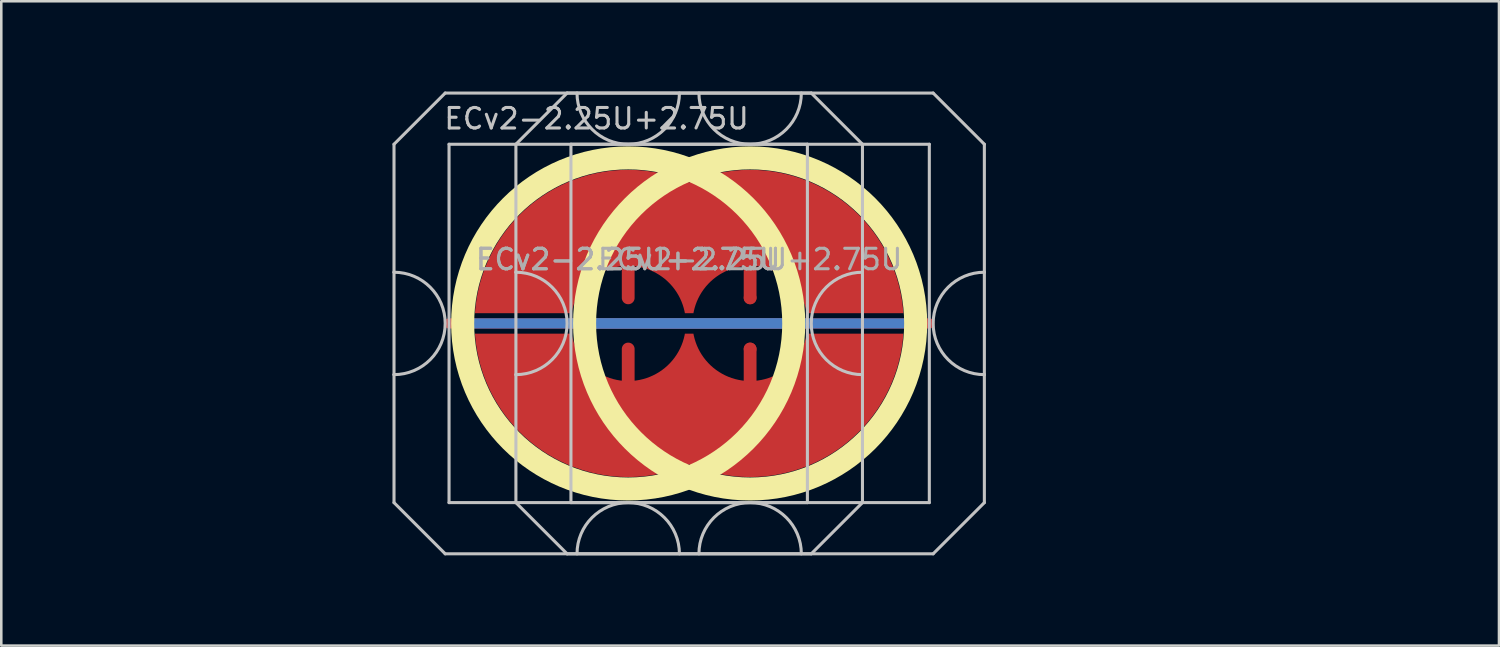
<source format=kicad_pcb>
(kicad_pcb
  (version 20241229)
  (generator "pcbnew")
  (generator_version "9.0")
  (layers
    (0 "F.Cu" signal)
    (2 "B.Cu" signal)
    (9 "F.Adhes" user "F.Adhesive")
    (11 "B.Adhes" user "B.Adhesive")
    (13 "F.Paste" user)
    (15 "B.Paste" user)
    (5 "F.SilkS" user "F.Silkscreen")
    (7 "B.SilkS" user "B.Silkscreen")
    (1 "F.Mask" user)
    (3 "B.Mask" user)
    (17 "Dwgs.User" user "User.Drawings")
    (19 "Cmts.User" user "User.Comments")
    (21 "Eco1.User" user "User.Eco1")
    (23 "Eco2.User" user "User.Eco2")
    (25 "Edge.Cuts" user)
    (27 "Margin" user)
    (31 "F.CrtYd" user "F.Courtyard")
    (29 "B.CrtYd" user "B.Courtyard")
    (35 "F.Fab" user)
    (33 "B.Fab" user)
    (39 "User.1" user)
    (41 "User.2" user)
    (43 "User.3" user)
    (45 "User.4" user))
  (footprint "ECv2-2.25U+2.75U"
    (layer "F.Cu")
    (at 26.254 9.585)
    (property "Reference" "ECv2-2.25U+2.75U" (at -6 -8 0) (layer "Dwgs.User") (effects (font (size 0.8 0.8) (thickness 0.12))))
    (attr smd exclude_from_pos_files exclude_from_bom)
    (fp_circle (center -4.763 0) (end 1.704 0) (stroke (width 0.9) (type solid)) (fill no) (layer "F.SilkS"))
    (fp_circle (center 0 0) (end 6.467 0) (stroke (width 0.9) (type solid)) (fill no) (layer "F.SilkS"))
    (fp_line (start -13.912 -7) (end -13.912 -2) (stroke (width 0.12) (type solid)) (layer "Dwgs.User"))
    (fp_line (start -13.912 -2) (end -13.912 2) (stroke (width 0.12) (type solid)) (layer "Dwgs.User"))
    (fp_line (start -13.912 2) (end -13.912 7) (stroke (width 0.12) (type solid)) (layer "Dwgs.User"))
    (fp_line (start -13.912 7) (end -11.912 9) (stroke (width 0.12) (type solid)) (layer "Dwgs.User"))
    (fp_line (start -11.912 -9) (end -13.912 -7) (stroke (width 0.12) (type solid)) (layer "Dwgs.User"))
    (fp_line (start -11.912 9) (end 2.388 9) (stroke (width 0.12) (type solid)) (layer "Dwgs.User"))
    (fp_line (start -11.762 -7) (end -11.762 7) (stroke (width 0.12) (type solid)) (layer "Dwgs.User"))
    (fp_line (start -11.762 7) (end 2.237 7) (stroke (width 0.12) (type solid)) (layer "Dwgs.User"))
    (fp_line (start -9.15 -7) (end -9.15 -2) (stroke (width 0.12) (type solid)) (layer "Dwgs.User"))
    (fp_line (start -9.15 -2) (end -9.15 2) (stroke (width 0.12) (type solid)) (layer "Dwgs.User"))
    (fp_line (start -9.15 2) (end -9.15 7) (stroke (width 0.12) (type solid)) (layer "Dwgs.User"))
    (fp_line (start -9.15 7) (end -7.15 9) (stroke (width 0.12) (type solid)) (layer "Dwgs.User"))
    (fp_line (start -7.15 -9) (end -9.15 -7) (stroke (width 0.12) (type solid)) (layer "Dwgs.User"))
    (fp_line (start -7.15 9) (end 7.15 9) (stroke (width 0.12) (type solid)) (layer "Dwgs.User"))
    (fp_line (start -7 -7) (end -7 7) (stroke (width 0.12) (type solid)) (layer "Dwgs.User"))
    (fp_line (start -7 7) (end 7 7) (stroke (width 0.12) (type solid)) (layer "Dwgs.User"))
    (fp_line (start 2.237 -7) (end -11.762 -7) (stroke (width 0.12) (type solid)) (layer "Dwgs.User"))
    (fp_line (start 2.237 7) (end 2.237 -7) (stroke (width 0.12) (type solid)) (layer "Dwgs.User"))
    (fp_line (start 2.388 -9) (end -11.912 -9) (stroke (width 0.12) (type solid)) (layer "Dwgs.User"))
    (fp_line (start 2.388 -9) (end 4.388 -7) (stroke (width 0.12) (type solid)) (layer "Dwgs.User"))
    (fp_line (start 2.388 9) (end 4.388 7) (stroke (width 0.12) (type solid)) (layer "Dwgs.User"))
    (fp_line (start 4.388 -2) (end 4.388 -7) (stroke (width 0.12) (type solid)) (layer "Dwgs.User"))
    (fp_line (start 4.388 -2) (end 4.388 2) (stroke (width 0.12) (type solid)) (layer "Dwgs.User"))
    (fp_line (start 4.388 7) (end 4.388 2) (stroke (width 0.12) (type solid)) (layer "Dwgs.User"))
    (fp_line (start 7 -7) (end -7 -7) (stroke (width 0.12) (type solid)) (layer "Dwgs.User"))
    (fp_line (start 7 7) (end 7 -7) (stroke (width 0.12) (type solid)) (layer "Dwgs.User"))
    (fp_line (start 7.15 -9) (end -7.15 -9) (stroke (width 0.12) (type solid)) (layer "Dwgs.User"))
    (fp_line (start 7.15 -9) (end 9.15 -7) (stroke (width 0.12) (type solid)) (layer "Dwgs.User"))
    (fp_line (start 7.15 9) (end 9.15 7) (stroke (width 0.12) (type solid)) (layer "Dwgs.User"))
    (fp_line (start 9.15 -2) (end 9.15 -7) (stroke (width 0.12) (type solid)) (layer "Dwgs.User"))
    (fp_line (start 9.15 -2) (end 9.15 2) (stroke (width 0.12) (type solid)) (layer "Dwgs.User"))
    (fp_line (start 9.15 7) (end 9.15 2) (stroke (width 0.12) (type solid)) (layer "Dwgs.User"))
    (fp_arc (start -13.9125 -2) (mid -11.9125 0) (end -13.9125 2) (stroke (width 0.12) (type solid)) (layer "Dwgs.User"))
    (fp_arc (start -9.15 -2) (mid -7.15 0) (end -9.15 2) (stroke (width 0.12) (type solid)) (layer "Dwgs.User"))
    (fp_arc (start -6.7625 9) (mid -4.7625 7) (end -2.7625 9) (stroke (width 0.12) (type solid)) (layer "Dwgs.User"))
    (fp_arc (start -2.7625 -9) (mid -4.7625 -7) (end -6.7625 -9) (stroke (width 0.12) (type solid)) (layer "Dwgs.User"))
    (fp_arc (start -2 9) (mid 0 7) (end 2 9) (stroke (width 0.12) (type solid)) (layer "Dwgs.User"))
    (fp_arc (start 2 -9) (mid 0 -7) (end -2 -9) (stroke (width 0.12) (type solid)) (layer "Dwgs.User"))
    (fp_arc (start 4.3875 2) (mid 2.3875 0) (end 4.3875 -2) (stroke (width 0.12) (type solid)) (layer "Dwgs.User"))
    (fp_arc (start 9.15 2) (mid 7.15 0) (end 9.15 -2) (stroke (width 0.12) (type solid)) (layer "Dwgs.User"))
    (fp_line (start -26.194 -9.525) (end -26.194 9.525) (stroke (width 0.12) (type solid)) (layer "User.2"))
    (fp_line (start -26.194 -9.525) (end -26.194 9.525) (stroke (width 0.12) (type solid)) (layer "User.2"))
    (fp_line (start -26.194 -9.525) (end 16.669 -9.525) (stroke (width 0.12) (type solid)) (layer "User.2"))
    (fp_line (start -26.194 -9.525) (end 26.194 -9.525) (stroke (width 0.12) (type solid)) (layer "User.2"))
    (fp_line (start -26.194 9.525) (end 16.669 9.525) (stroke (width 0.12) (type solid)) (layer "User.2"))
    (fp_line (start -26.194 9.525) (end 26.194 9.525) (stroke (width 0.12) (type solid)) (layer "User.2"))
    (fp_line (start 16.669 -9.525) (end 16.669 9.525) (stroke (width 0.12) (type solid)) (layer "User.2"))
    (fp_line (start 26.194 -9.525) (end 26.194 9.525) (stroke (width 0.12) (type solid)) (layer "User.2"))
    (fp_text user "${REFERENCE}" (at 0 -2.5 0) (layer "F.Fab") (effects (font (size 0.8 0.8) (thickness 0.12))))
    (fp_text user "${REFERENCE}" (at -4.763 -2.5 0) (layer "F.Fab") (effects (font (size 0.8 0.8) (thickness 0.12))))
    (fp_text user "${REFERENCE}" (at -4.763 -2.5 0) (layer "F.Fab") (effects (font (size 0.8 0.8) (thickness 0.12))))
    (pad "1" smd custom (at -4.763 -1) (size 0.5 0.5) (layers "F.Cu") (options (anchor circle)) (primitives (gr_poly (pts (arc (start 10.749151 0.6) (mid 7.888311 -4.121455) (end 2.38125 -4.507236)) (arc (start 2.38125 -4.507236) (mid -3.12581 -4.121454) (end -5.98665 0.6)) (arc (start -2.214157 0.6) (mid -1.536492 -0.643683) (end -0.25 -1.236065)) (arc (start -0.25 0) (mid 0 0.25) (end 0.25 0)) (arc (start 0.25 -1.236066) (mid 1.536492 -0.643683) (end 2.214157 0.6)) (arc (start 2.548343 0.6) (mid 3.226008 -0.643683) (end 4.5125 -1.236065)) (arc (start 4.5125 0) (mid 4.7625 0.25) (end 5.0125 0)) (arc (start 5.0125 -1.236066) (mid 6.298992 -0.643683) (end 6.976657 0.6))) (width 0) (fill yes))))
    (pad "1" smd circle (at 0 -1) (size 0.5 0.5) (layers "F.Cu"))
    (pad "2" smd custom (at -4.763 1) (size 0.5 0.5) (layers "F.Cu") (options (anchor circle)) (primitives (gr_poly (pts (arc (start -2.214157 -0.6) (mid -1.536492 0.643684) (end -0.25 1.236067)) (arc (start -0.25 0) (mid 0 -0.25) (end 0.25 0)) (arc (start 0.25 1.236068) (mid 1.536492 0.643683) (end 2.214159 -0.6)) (arc (start 2.548343 -0.6) (mid 3.226008 0.643684) (end 4.5125 1.236067)) (arc (start 4.5125 0) (mid 4.7625 -0.25) (end 5.0125 0)) (arc (start 5.0125 1.236067) (mid 6.298992 0.643683) (end 6.976658 -0.6)) (arc (start 10.74915 -0.6) (mid 7.888311 4.121455) (end 2.38125 4.507236)) (arc (start 2.38125 4.507236) (mid -3.125811 4.121455) (end -5.98665 -0.6))) (width 0) (fill yes))))
    (pad "2" smd circle (at 0 1) (size 0.5 0.5) (layers "F.Cu"))
    (pad "3" smd custom (at -4.763 0 90) (size 0.4 0.4) (layers "F.Cu") (options (anchor rect)) (primitives (gr_line (start 0 -7) (end 0 7) (width 0.4))))
    (pad "3" smd custom (at -4.763 0 90) (size 0.4 0.4) (layers "B.Cu") (options (anchor rect)) (primitives (gr_line (start 0 -6.5) (end 0 6.5) (width 0.4))))
    (pad "3" smd custom (at 0 0 90) (size 0.4 0.4) (layers "F.Cu") (options (anchor rect)) (primitives (gr_line (start 0 -7) (end 0 7) (width 0.4))))
    (pad "3" smd custom (at 0 0 90) (size 0.4 0.4) (layers "B.Cu") (options (anchor rect)) (primitives (gr_line (start 0 -6.5) (end 0 6.5) (width 0.4))))
    (zone (net_name "") (layer "F.Cu") (hatch edge 0.508) (connect_pads) (min_thickness 0.254) (filled_areas_thickness no) (keepout (tracks allowed) (vias allowed) (pads allowed) (copperpour not_allowed) (footprints allowed)) (placement (enabled no)) (fill) (polygon (pts (xy 28.496 9.585) (xy 28.477 9.072) (xy 28.421 8.562) (xy 28.327 8.057) (xy 28.197 7.56) (xy 28.031 7.075) (xy 27.829 6.602) (xy 27.594 6.146) (xy 27.326 5.709) (xy 27.026 5.292) (xy 26.697 4.898) (xy 26.34 4.529) (xy 25.956 4.188) (xy 25.549 3.875) (xy 25.12 3.593) (xy 24.671 3.344) (xy 24.206 3.127) (xy 23.726 2.946) (xy 23.233 2.8) (xy 22.732 2.691) (xy 22.223 2.618) (xy 21.711 2.584) (xy 21.198 2.586) (xy 20.686 2.627) (xy 20.179 2.704) (xy 19.678 2.819) (xy 19.188 2.97) (xy 18.709 3.156) (xy 18.246 3.377) (xy 17.8 3.632) (xy 17.374 3.918) (xy 16.97 4.235) (xy 16.59 4.58) (xy 16.237 4.953) (xy 15.912 5.35) (xy 15.616 5.77) (xy 15.353 6.21) (xy 15.122 6.669) (xy 14.926 7.143) (xy 14.764 7.631) (xy 14.639 8.129) (xy 14.551 8.634) (xy 14.5 9.145) (xy 14.487 9.658) (xy 14.511 10.171) (xy 14.573 10.681) (xy 14.671 11.185) (xy 14.807 11.68) (xy 14.978 12.164) (xy 15.185 12.634) (xy 15.425 13.087) (xy 15.698 13.522) (xy 16.002 13.936) (xy 16.335 14.326) (xy 16.696 14.691) (xy 17.083 15.029) (xy 17.493 15.337) (xy 17.925 15.614) (xy 18.377 15.859) (xy 18.845 16.071) (xy 19.327 16.247) (xy 19.82 16.388) (xy 20.323 16.492) (xy 20.832 16.559) (xy 21.345 16.588) (xy 21.858 16.58) (xy 22.369 16.535) (xy 22.876 16.452) (xy 23.375 16.332) (xy 23.864 16.176) (xy 24.34 15.984) (xy 24.801 15.758) (xy 25.245 15.499) (xy 25.668 15.209) (xy 26.068 14.888) (xy 26.444 14.538) (xy 26.794 14.162) (xy 27.115 13.761) (xy 27.406 13.338) (xy 27.665 12.895) (xy 27.891 12.434) (xy 28.082 11.958) (xy 28.238 11.469) (xy 28.358 10.97) (xy 28.441 10.463) (xy 28.487 9.952))))
    (zone (net_name "") (layer "F.Cu") (hatch edge 0.508) (connect_pads) (min_thickness 0.254) (filled_areas_thickness no) (keepout (tracks allowed) (vias allowed) (pads allowed) (copperpour not_allowed) (footprints allowed)) (placement (enabled no)) (fill) (polygon (pts (xy 33.259 9.585) (xy 33.24 9.072) (xy 33.184 8.562) (xy 33.09 8.057) (xy 32.96 7.56) (xy 32.793 7.075) (xy 32.592 6.602) (xy 32.357 6.146) (xy 32.088 5.709) (xy 31.789 5.292) (xy 31.459 4.898) (xy 31.102 4.529) (xy 30.719 4.188) (xy 30.312 3.875) (xy 29.882 3.593) (xy 29.434 3.344) (xy 28.968 3.127) (xy 28.488 2.946) (xy 27.996 2.8) (xy 27.494 2.691) (xy 26.986 2.618) (xy 26.474 2.584) (xy 25.96 2.586) (xy 25.449 2.627) (xy 24.941 2.704) (xy 24.441 2.819) (xy 23.95 2.97) (xy 23.472 3.156) (xy 23.008 3.377) (xy 22.562 3.632) (xy 22.136 3.918) (xy 21.732 4.235) (xy 21.353 4.58) (xy 20.999 4.953) (xy 20.674 5.35) (xy 20.379 5.77) (xy 20.115 6.21) (xy 19.885 6.669) (xy 19.688 7.143) (xy 19.527 7.631) (xy 19.402 8.129) (xy 19.314 8.634) (xy 19.263 9.145) (xy 19.249 9.658) (xy 19.273 10.171) (xy 19.335 10.681) (xy 19.434 11.185) (xy 19.569 11.68) (xy 19.741 12.164) (xy 19.947 12.634) (xy 20.187 13.087) (xy 20.46 13.522) (xy 20.764 13.936) (xy 21.097 14.326) (xy 21.459 14.691) (xy 21.845 15.029) (xy 22.256 15.337) (xy 22.688 15.614) (xy 23.139 15.859) (xy 23.607 16.071) (xy 24.089 16.247) (xy 24.583 16.388) (xy 25.086 16.492) (xy 25.595 16.559) (xy 26.107 16.588) (xy 26.62 16.58) (xy 27.132 16.535) (xy 27.638 16.452) (xy 28.138 16.332) (xy 28.627 16.176) (xy 29.103 15.984) (xy 29.564 15.758) (xy 30.007 15.499) (xy 30.43 15.209) (xy 30.831 14.888) (xy 31.207 14.538) (xy 31.556 14.162) (xy 31.877 13.761) (xy 32.168 13.338) (xy 32.427 12.895) (xy 32.653 12.434) (xy 32.845 11.958) (xy 33.001 11.469) (xy 33.12 10.97) (xy 33.203 10.463) (xy 33.249 9.952))))
    (zone (net_name "") (layer "B.Cu") (hatch edge 0.508) (connect_pads) (min_thickness 0.254) (filled_areas_thickness no) (keepout (tracks allowed) (vias allowed) (pads allowed) (copperpour not_allowed) (footprints allowed)) (placement (enabled no)) (fill) (polygon (pts (xy 28.05 9.585) (xy 28.029 9.07) (xy 27.969 8.559) (xy 27.868 8.054) (xy 27.729 7.558) (xy 27.55 7.075) (xy 27.335 6.608) (xy 27.083 6.158) (xy 26.797 5.73) (xy 26.478 5.326) (xy 26.129 4.948) (xy 25.75 4.598) (xy 25.346 4.279) (xy 24.918 3.993) (xy 24.469 3.742) (xy 24.001 3.526) (xy 23.518 3.348) (xy 23.022 3.208) (xy 22.517 3.107) (xy 22.006 3.047) (xy 21.491 3.027) (xy 20.977 3.047) (xy 20.465 3.107) (xy 19.96 3.208) (xy 19.465 3.348) (xy 18.982 3.526) (xy 18.514 3.742) (xy 18.065 3.993) (xy 17.636 4.279) (xy 17.232 4.598) (xy 16.854 4.948) (xy 16.504 5.326) (xy 16.186 5.73) (xy 15.899 6.158) (xy 15.648 6.608) (xy 15.432 7.075) (xy 15.254 7.558) (xy 15.114 8.054) (xy 15.014 8.559) (xy 14.953 9.07) (xy 14.933 9.585) (xy 14.953 10.1) (xy 15.014 10.611) (xy 15.114 11.116) (xy 15.254 11.612) (xy 15.432 12.095) (xy 15.648 12.562) (xy 15.899 13.012) (xy 16.186 13.44) (xy 16.504 13.844) (xy 16.854 14.222) (xy 17.232 14.572) (xy 17.636 14.891) (xy 18.065 15.177) (xy 18.514 15.428) (xy 18.982 15.644) (xy 19.465 15.822) (xy 19.96 15.962) (xy 20.465 16.063) (xy 20.977 16.123) (xy 21.491 16.143) (xy 22.006 16.123) (xy 22.517 16.063) (xy 23.022 15.962) (xy 23.518 15.822) (xy 24.001 15.644) (xy 24.469 15.428) (xy 24.918 15.177) (xy 25.346 14.891) (xy 25.75 14.572) (xy 26.129 14.222) (xy 26.478 13.844) (xy 26.797 13.44) (xy 27.083 13.012) (xy 27.335 12.562) (xy 27.55 12.095) (xy 27.729 11.612) (xy 27.868 11.116) (xy 27.969 10.611) (xy 28.029 10.1))))
    (zone (net_name "") (layer "B.Cu") (hatch edge 0.508) (connect_pads) (min_thickness 0.254) (filled_areas_thickness no) (keepout (tracks allowed) (vias allowed) (pads allowed) (copperpour not_allowed) (footprints allowed)) (placement (enabled no)) (fill) (polygon (pts (xy 32.812 9.585) (xy 32.792 9.07) (xy 32.731 8.559) (xy 32.631 8.054) (xy 32.491 7.558) (xy 32.313 7.075) (xy 32.097 6.608) (xy 31.846 6.158) (xy 31.559 5.73) (xy 31.241 5.326) (xy 30.891 4.948) (xy 30.513 4.598) (xy 30.109 4.279) (xy 29.68 3.993) (xy 29.231 3.742) (xy 28.763 3.526) (xy 28.28 3.348) (xy 27.785 3.208) (xy 27.28 3.107) (xy 26.768 3.047) (xy 26.254 3.027) (xy 25.739 3.047) (xy 25.228 3.107) (xy 24.723 3.208) (xy 24.227 3.348) (xy 23.744 3.526) (xy 23.276 3.742) (xy 22.827 3.993) (xy 22.399 4.279) (xy 21.995 4.598) (xy 21.616 4.948) (xy 21.267 5.326) (xy 20.948 5.73) (xy 20.662 6.158) (xy 20.41 6.608) (xy 20.195 7.075) (xy 20.016 7.558) (xy 19.877 8.054) (xy 19.776 8.559) (xy 19.716 9.07) (xy 19.695 9.585) (xy 19.716 10.1) (xy 19.776 10.611) (xy 19.877 11.116) (xy 20.016 11.612) (xy 20.195 12.095) (xy 20.41 12.562) (xy 20.662 13.012) (xy 20.948 13.44) (xy 21.267 13.844) (xy 21.616 14.222) (xy 21.995 14.572) (xy 22.399 14.891) (xy 22.827 15.177) (xy 23.276 15.428) (xy 23.744 15.644) (xy 24.227 15.822) (xy 24.723 15.962) (xy 25.228 16.063) (xy 25.739 16.123) (xy 26.254 16.143) (xy 26.768 16.123) (xy 27.28 16.063) (xy 27.785 15.962) (xy 28.28 15.822) (xy 28.763 15.644) (xy 29.231 15.428) (xy 29.68 15.177) (xy 30.109 14.891) (xy 30.513 14.572) (xy 30.891 14.222) (xy 31.241 13.844) (xy 31.559 13.44) (xy 31.846 13.012) (xy 32.097 12.562) (xy 32.313 12.095) (xy 32.491 11.612) (xy 32.631 11.116) (xy 32.731 10.611) (xy 32.792 10.1)))))
  (gr_rect
    (start -3 -3)
    (end 55.508 22.17)
    (stroke (width 0.1) (type default))
    (fill no)
    (layer "Edge.Cuts")))
</source>
